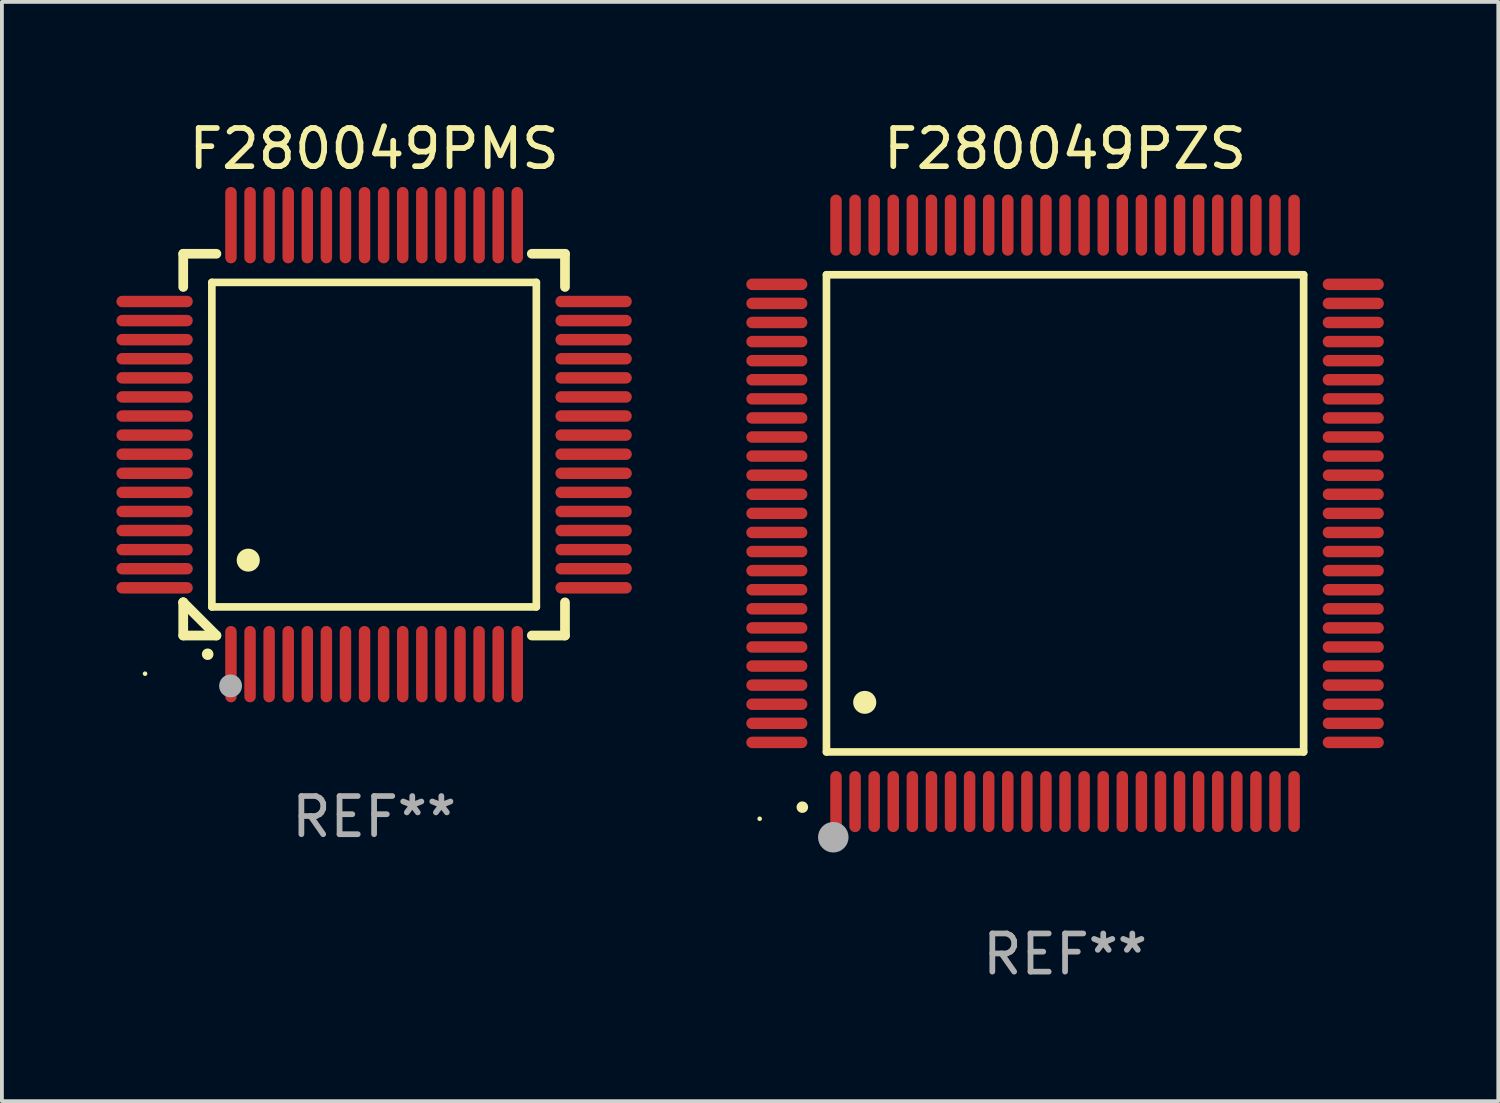
<source format=kicad_pcb>
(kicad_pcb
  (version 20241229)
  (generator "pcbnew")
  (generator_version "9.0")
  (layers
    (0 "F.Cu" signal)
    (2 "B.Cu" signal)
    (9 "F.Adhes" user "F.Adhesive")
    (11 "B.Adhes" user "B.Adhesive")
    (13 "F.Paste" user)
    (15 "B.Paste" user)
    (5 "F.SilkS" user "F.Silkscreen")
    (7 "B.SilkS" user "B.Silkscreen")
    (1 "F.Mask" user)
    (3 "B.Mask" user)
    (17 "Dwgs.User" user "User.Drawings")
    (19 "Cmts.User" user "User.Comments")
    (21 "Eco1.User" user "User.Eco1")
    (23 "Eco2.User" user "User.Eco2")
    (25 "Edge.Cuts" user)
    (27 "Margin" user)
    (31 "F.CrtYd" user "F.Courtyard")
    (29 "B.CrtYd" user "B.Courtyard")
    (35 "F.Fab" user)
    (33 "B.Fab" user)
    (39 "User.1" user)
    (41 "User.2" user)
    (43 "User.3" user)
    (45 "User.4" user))
  (footprint "F280049PZS"
    (layer "F.Cu")
    (at 24.85 10.398)
    (property "Reference" "F280049PZS" (at 0 -9.55 0) (layer "F.SilkS") (effects (font (size 1 1) (thickness 0.15))))
    (attr through_hole)
    (fp_line (start -6.25 -6.25) (end -6.25 6.25) (stroke (width 0.2) (type solid)) (layer "F.SilkS"))
    (fp_line (start -6.25 6.25) (end 6.25 6.25) (stroke (width 0.2) (type solid)) (layer "F.SilkS"))
    (fp_line (start 6.25 -6.25) (end -6.25 -6.25) (stroke (width 0.2) (type solid)) (layer "F.SilkS"))
    (fp_line (start 6.25 6.25) (end 6.25 -6.25) (stroke (width 0.2) (type solid)) (layer "F.SilkS"))
    (fp_arc (start -6.883414 7.696215) (mid -6.882144 7.69621) (end -6.880874 7.696215) (stroke (width 0.3) (type solid)) (layer "F.SilkS"))
    (fp_arc (start -5.250191 4.95047) (mid -5.247651 4.950459) (end -5.245111 4.95047) (stroke (width 0.6) (type solid)) (layer "F.SilkS"))
    (fp_circle (center -8 8) (end -7.97 8) (stroke (width 0.06) (type solid)) (fill no) (layer "F.SilkS"))
    (fp_circle (center -6.071 8.484) (end -5.871 8.484) (stroke (width 0.4) (type solid)) (fill no) (layer "F.Fab"))
    (fp_text user "REF**" (at 0 11.55 0) (layer "F.Fab") (effects (font (size 1 1) (thickness 0.15))))
    (pad "1" smd oval (at -6 7.55) (size 0.3 1.6) (layers "F.Cu" "F.Mask" "F.Paste"))
    (pad "2" smd oval (at -5.5 7.55) (size 0.3 1.6) (layers "F.Cu" "F.Mask" "F.Paste"))
    (pad "3" smd oval (at -5 7.55) (size 0.3 1.6) (layers "F.Cu" "F.Mask" "F.Paste"))
    (pad "4" smd oval (at -4.5 7.55) (size 0.3 1.6) (layers "F.Cu" "F.Mask" "F.Paste"))
    (pad "5" smd oval (at -4 7.55) (size 0.3 1.6) (layers "F.Cu" "F.Mask" "F.Paste"))
    (pad "6" smd oval (at -3.5 7.55) (size 0.3 1.6) (layers "F.Cu" "F.Mask" "F.Paste"))
    (pad "7" smd oval (at -3 7.55) (size 0.3 1.6) (layers "F.Cu" "F.Mask" "F.Paste"))
    (pad "8" smd oval (at -2.5 7.55) (size 0.3 1.6) (layers "F.Cu" "F.Mask" "F.Paste"))
    (pad "9" smd oval (at -2 7.55) (size 0.3 1.6) (layers "F.Cu" "F.Mask" "F.Paste"))
    (pad "10" smd oval (at -1.5 7.55) (size 0.3 1.6) (layers "F.Cu" "F.Mask" "F.Paste"))
    (pad "11" smd oval (at -1 7.55) (size 0.3 1.6) (layers "F.Cu" "F.Mask" "F.Paste"))
    (pad "12" smd oval (at -0.5 7.55) (size 0.3 1.6) (layers "F.Cu" "F.Mask" "F.Paste"))
    (pad "13" smd oval (at 0 7.55) (size 0.3 1.6) (layers "F.Cu" "F.Mask" "F.Paste"))
    (pad "14" smd oval (at 0.5 7.55) (size 0.3 1.6) (layers "F.Cu" "F.Mask" "F.Paste"))
    (pad "15" smd oval (at 1 7.55) (size 0.3 1.6) (layers "F.Cu" "F.Mask" "F.Paste"))
    (pad "16" smd oval (at 1.5 7.55) (size 0.3 1.6) (layers "F.Cu" "F.Mask" "F.Paste"))
    (pad "17" smd oval (at 2 7.55) (size 0.3 1.6) (layers "F.Cu" "F.Mask" "F.Paste"))
    (pad "18" smd oval (at 2.5 7.55) (size 0.3 1.6) (layers "F.Cu" "F.Mask" "F.Paste"))
    (pad "19" smd oval (at 3 7.55) (size 0.3 1.6) (layers "F.Cu" "F.Mask" "F.Paste"))
    (pad "20" smd oval (at 3.5 7.55) (size 0.3 1.6) (layers "F.Cu" "F.Mask" "F.Paste"))
    (pad "21" smd oval (at 4 7.55) (size 0.3 1.6) (layers "F.Cu" "F.Mask" "F.Paste"))
    (pad "22" smd oval (at 4.5 7.55) (size 0.3 1.6) (layers "F.Cu" "F.Mask" "F.Paste"))
    (pad "23" smd oval (at 5 7.55) (size 0.3 1.6) (layers "F.Cu" "F.Mask" "F.Paste"))
    (pad "24" smd oval (at 5.5 7.55) (size 0.3 1.6) (layers "F.Cu" "F.Mask" "F.Paste"))
    (pad "25" smd oval (at 6 7.55) (size 0.3 1.6) (layers "F.Cu" "F.Mask" "F.Paste"))
    (pad "26" smd oval (at 7.55 6) (size 1.6 0.3) (layers "F.Cu" "F.Mask" "F.Paste"))
    (pad "27" smd oval (at 7.55 5.5) (size 1.6 0.3) (layers "F.Cu" "F.Mask" "F.Paste"))
    (pad "28" smd oval (at 7.55 5) (size 1.6 0.3) (layers "F.Cu" "F.Mask" "F.Paste"))
    (pad "29" smd oval (at 7.55 4.5) (size 1.6 0.3) (layers "F.Cu" "F.Mask" "F.Paste"))
    (pad "30" smd oval (at 7.55 4) (size 1.6 0.3) (layers "F.Cu" "F.Mask" "F.Paste"))
    (pad "31" smd oval (at 7.55 3.5) (size 1.6 0.3) (layers "F.Cu" "F.Mask" "F.Paste"))
    (pad "32" smd oval (at 7.55 3) (size 1.6 0.3) (layers "F.Cu" "F.Mask" "F.Paste"))
    (pad "33" smd oval (at 7.55 2.5) (size 1.6 0.3) (layers "F.Cu" "F.Mask" "F.Paste"))
    (pad "34" smd oval (at 7.55 2) (size 1.6 0.3) (layers "F.Cu" "F.Mask" "F.Paste"))
    (pad "35" smd oval (at 7.55 1.5) (size 1.6 0.3) (layers "F.Cu" "F.Mask" "F.Paste"))
    (pad "36" smd oval (at 7.55 1) (size 1.6 0.3) (layers "F.Cu" "F.Mask" "F.Paste"))
    (pad "37" smd oval (at 7.55 0.5) (size 1.6 0.3) (layers "F.Cu" "F.Mask" "F.Paste"))
    (pad "38" smd oval (at 7.55 0) (size 1.6 0.3) (layers "F.Cu" "F.Mask" "F.Paste"))
    (pad "39" smd oval (at 7.55 -0.5) (size 1.6 0.3) (layers "F.Cu" "F.Mask" "F.Paste"))
    (pad "40" smd oval (at 7.55 -1) (size 1.6 0.3) (layers "F.Cu" "F.Mask" "F.Paste"))
    (pad "41" smd oval (at 7.55 -1.5) (size 1.6 0.3) (layers "F.Cu" "F.Mask" "F.Paste"))
    (pad "42" smd oval (at 7.55 -2) (size 1.6 0.3) (layers "F.Cu" "F.Mask" "F.Paste"))
    (pad "43" smd oval (at 7.55 -2.5) (size 1.6 0.3) (layers "F.Cu" "F.Mask" "F.Paste"))
    (pad "44" smd oval (at 7.55 -3) (size 1.6 0.3) (layers "F.Cu" "F.Mask" "F.Paste"))
    (pad "45" smd oval (at 7.55 -3.5) (size 1.6 0.3) (layers "F.Cu" "F.Mask" "F.Paste"))
    (pad "46" smd oval (at 7.55 -4) (size 1.6 0.3) (layers "F.Cu" "F.Mask" "F.Paste"))
    (pad "47" smd oval (at 7.55 -4.5) (size 1.6 0.3) (layers "F.Cu" "F.Mask" "F.Paste"))
    (pad "48" smd oval (at 7.55 -5) (size 1.6 0.3) (layers "F.Cu" "F.Mask" "F.Paste"))
    (pad "49" smd oval (at 7.55 -5.5) (size 1.6 0.3) (layers "F.Cu" "F.Mask" "F.Paste"))
    (pad "50" smd oval (at 7.55 -6) (size 1.6 0.3) (layers "F.Cu" "F.Mask" "F.Paste"))
    (pad "51" smd oval (at 6 -7.55) (size 0.3 1.6) (layers "F.Cu" "F.Mask" "F.Paste"))
    (pad "52" smd oval (at 5.5 -7.55) (size 0.3 1.6) (layers "F.Cu" "F.Mask" "F.Paste"))
    (pad "53" smd oval (at 5 -7.55) (size 0.3 1.6) (layers "F.Cu" "F.Mask" "F.Paste"))
    (pad "54" smd oval (at 4.5 -7.55) (size 0.3 1.6) (layers "F.Cu" "F.Mask" "F.Paste"))
    (pad "55" smd oval (at 4 -7.55) (size 0.3 1.6) (layers "F.Cu" "F.Mask" "F.Paste"))
    (pad "56" smd oval (at 3.5 -7.55) (size 0.3 1.6) (layers "F.Cu" "F.Mask" "F.Paste"))
    (pad "57" smd oval (at 3 -7.55) (size 0.3 1.6) (layers "F.Cu" "F.Mask" "F.Paste"))
    (pad "58" smd oval (at 2.5 -7.55) (size 0.3 1.6) (layers "F.Cu" "F.Mask" "F.Paste"))
    (pad "59" smd oval (at 2 -7.55) (size 0.3 1.6) (layers "F.Cu" "F.Mask" "F.Paste"))
    (pad "60" smd oval (at 1.5 -7.55) (size 0.3 1.6) (layers "F.Cu" "F.Mask" "F.Paste"))
    (pad "61" smd oval (at 1 -7.55) (size 0.3 1.6) (layers "F.Cu" "F.Mask" "F.Paste"))
    (pad "62" smd oval (at 0.5 -7.55) (size 0.3 1.6) (layers "F.Cu" "F.Mask" "F.Paste"))
    (pad "63" smd oval (at 0 -7.55) (size 0.3 1.6) (layers "F.Cu" "F.Mask" "F.Paste"))
    (pad "64" smd oval (at -0.5 -7.55) (size 0.3 1.6) (layers "F.Cu" "F.Mask" "F.Paste"))
    (pad "65" smd oval (at -1 -7.55) (size 0.3 1.6) (layers "F.Cu" "F.Mask" "F.Paste"))
    (pad "66" smd oval (at -1.5 -7.55) (size 0.3 1.6) (layers "F.Cu" "F.Mask" "F.Paste"))
    (pad "67" smd oval (at -2 -7.55) (size 0.3 1.6) (layers "F.Cu" "F.Mask" "F.Paste"))
    (pad "68" smd oval (at -2.5 -7.55) (size 0.3 1.6) (layers "F.Cu" "F.Mask" "F.Paste"))
    (pad "69" smd oval (at -3 -7.55) (size 0.3 1.6) (layers "F.Cu" "F.Mask" "F.Paste"))
    (pad "70" smd oval (at -3.5 -7.55) (size 0.3 1.6) (layers "F.Cu" "F.Mask" "F.Paste"))
    (pad "71" smd oval (at -4 -7.55) (size 0.3 1.6) (layers "F.Cu" "F.Mask" "F.Paste"))
    (pad "72" smd oval (at -4.5 -7.55) (size 0.3 1.6) (layers "F.Cu" "F.Mask" "F.Paste"))
    (pad "73" smd oval (at -5 -7.55) (size 0.3 1.6) (layers "F.Cu" "F.Mask" "F.Paste"))
    (pad "74" smd oval (at -5.5 -7.55) (size 0.3 1.6) (layers "F.Cu" "F.Mask" "F.Paste"))
    (pad "75" smd oval (at -6 -7.55) (size 0.3 1.6) (layers "F.Cu" "F.Mask" "F.Paste"))
    (pad "76" smd oval (at -7.55 -6) (size 1.6 0.3) (layers "F.Cu" "F.Mask" "F.Paste"))
    (pad "77" smd oval (at -7.55 -5.5) (size 1.6 0.3) (layers "F.Cu" "F.Mask" "F.Paste"))
    (pad "78" smd oval (at -7.55 -5) (size 1.6 0.3) (layers "F.Cu" "F.Mask" "F.Paste"))
    (pad "79" smd oval (at -7.55 -4.5) (size 1.6 0.3) (layers "F.Cu" "F.Mask" "F.Paste"))
    (pad "80" smd oval (at -7.55 -4) (size 1.6 0.3) (layers "F.Cu" "F.Mask" "F.Paste"))
    (pad "81" smd oval (at -7.55 -3.5) (size 1.6 0.3) (layers "F.Cu" "F.Mask" "F.Paste"))
    (pad "82" smd oval (at -7.55 -3) (size 1.6 0.3) (layers "F.Cu" "F.Mask" "F.Paste"))
    (pad "83" smd oval (at -7.55 -2.5) (size 1.6 0.3) (layers "F.Cu" "F.Mask" "F.Paste"))
    (pad "84" smd oval (at -7.55 -2) (size 1.6 0.3) (layers "F.Cu" "F.Mask" "F.Paste"))
    (pad "85" smd oval (at -7.55 -1.5) (size 1.6 0.3) (layers "F.Cu" "F.Mask" "F.Paste"))
    (pad "86" smd oval (at -7.55 -1) (size 1.6 0.3) (layers "F.Cu" "F.Mask" "F.Paste"))
    (pad "87" smd oval (at -7.55 -0.5) (size 1.6 0.3) (layers "F.Cu" "F.Mask" "F.Paste"))
    (pad "88" smd oval (at -7.55 0) (size 1.6 0.3) (layers "F.Cu" "F.Mask" "F.Paste"))
    (pad "89" smd oval (at -7.55 0.5) (size 1.6 0.3) (layers "F.Cu" "F.Mask" "F.Paste"))
    (pad "90" smd oval (at -7.55 1) (size 1.6 0.3) (layers "F.Cu" "F.Mask" "F.Paste"))
    (pad "91" smd oval (at -7.55 1.5) (size 1.6 0.3) (layers "F.Cu" "F.Mask" "F.Paste"))
    (pad "92" smd oval (at -7.55 2) (size 1.6 0.3) (layers "F.Cu" "F.Mask" "F.Paste"))
    (pad "93" smd oval (at -7.55 2.5) (size 1.6 0.3) (layers "F.Cu" "F.Mask" "F.Paste"))
    (pad "94" smd oval (at -7.55 3) (size 1.6 0.3) (layers "F.Cu" "F.Mask" "F.Paste"))
    (pad "95" smd oval (at -7.55 3.5) (size 1.6 0.3) (layers "F.Cu" "F.Mask" "F.Paste"))
    (pad "96" smd oval (at -7.55 4) (size 1.6 0.3) (layers "F.Cu" "F.Mask" "F.Paste"))
    (pad "97" smd oval (at -7.55 4.5) (size 1.6 0.3) (layers "F.Cu" "F.Mask" "F.Paste"))
    (pad "98" smd oval (at -7.55 5) (size 1.6 0.3) (layers "F.Cu" "F.Mask" "F.Paste"))
    (pad "99" smd oval (at -7.55 5.5) (size 1.6 0.3) (layers "F.Cu" "F.Mask" "F.Paste"))
    (pad "100" smd oval (at -7.55 6) (size 1.6 0.3) (layers "F.Cu" "F.Mask" "F.Paste")))
  (footprint "F280049PMS"
    (layer "F.Cu")
    (at 6.75 8.598)
    (property "Reference" "F280049PMS" (at 0 -7.75 0) (layer "F.SilkS") (effects (font (size 1 1) (thickness 0.15))))
    (attr through_hole)
    (fp_line (start -5 -5) (end -4.131 -5) (stroke (width 0.254) (type solid)) (layer "F.SilkS"))
    (fp_line (start -5 -4.131) (end -5 -5) (stroke (width 0.254) (type solid)) (layer "F.SilkS"))
    (fp_line (start -5 4.131) (end -5 4.131) (stroke (width 0.254) (type solid)) (layer "F.SilkS"))
    (fp_line (start -5 5) (end -5 4.131) (stroke (width 0.254) (type solid)) (layer "F.SilkS"))
    (fp_line (start -5 4.131) (end -4.131 5) (stroke (width 0.254) (type solid)) (layer "F.SilkS"))
    (fp_line (start -4.25 -4.25) (end -4.25 4.25) (stroke (width 0.2) (type solid)) (layer "F.SilkS"))
    (fp_line (start -4.25 4.25) (end 4.25 4.25) (stroke (width 0.2) (type solid)) (layer "F.SilkS"))
    (fp_line (start -4.131 5) (end -5 5) (stroke (width 0.254) (type solid)) (layer "F.SilkS"))
    (fp_line (start 4.25 -4.25) (end -4.25 -4.25) (stroke (width 0.2) (type solid)) (layer "F.SilkS"))
    (fp_line (start 4.25 4.25) (end 4.25 -4.25) (stroke (width 0.2) (type solid)) (layer "F.SilkS"))
    (fp_line (start 5 -5) (end 4.131 -5) (stroke (width 0.254) (type solid)) (layer "F.SilkS"))
    (fp_line (start 5 -5) (end 5 -4.131) (stroke (width 0.254) (type solid)) (layer "F.SilkS"))
    (fp_line (start 5 4.131) (end 5 5) (stroke (width 0.254) (type solid)) (layer "F.SilkS"))
    (fp_line (start 5 5) (end 4.131 5) (stroke (width 0.254) (type solid)) (layer "F.SilkS"))
    (fp_arc (start -4.361265 5.489992) (mid -4.359995 5.489987) (end -4.358725 5.489992) (stroke (width 0.3) (type solid)) (layer "F.SilkS"))
    (fp_arc (start -3.299467 3.025146) (mid -3.296927 3.025135) (end -3.294387 3.025146) (stroke (width 0.6) (type solid)) (layer "F.SilkS"))
    (fp_circle (center -6 6) (end -5.97 6) (stroke (width 0.06) (type solid)) (fill no) (layer "F.SilkS"))
    (fp_circle (center -3.76 6.32) (end -3.61 6.32) (stroke (width 0.3) (type solid)) (fill no) (layer "F.Fab"))
    (fp_text user "REF**" (at 0 9.75 0) (layer "F.Fab") (effects (font (size 1 1) (thickness 0.15))))
    (pad "1" smd oval (at -3.75 5.75) (size 0.3 2) (layers "F.Cu" "F.Mask" "F.Paste"))
    (pad "2" smd oval (at -3.25 5.75) (size 0.3 2) (layers "F.Cu" "F.Mask" "F.Paste"))
    (pad "3" smd oval (at -2.75 5.75) (size 0.3 2) (layers "F.Cu" "F.Mask" "F.Paste"))
    (pad "4" smd oval (at -2.25 5.75) (size 0.3 2) (layers "F.Cu" "F.Mask" "F.Paste"))
    (pad "5" smd oval (at -1.75 5.75) (size 0.3 2) (layers "F.Cu" "F.Mask" "F.Paste"))
    (pad "6" smd oval (at -1.25 5.75) (size 0.3 2) (layers "F.Cu" "F.Mask" "F.Paste"))
    (pad "7" smd oval (at -0.75 5.75) (size 0.3 2) (layers "F.Cu" "F.Mask" "F.Paste"))
    (pad "8" smd oval (at -0.25 5.75) (size 0.3 2) (layers "F.Cu" "F.Mask" "F.Paste"))
    (pad "9" smd oval (at 0.25 5.75) (size 0.3 2) (layers "F.Cu" "F.Mask" "F.Paste"))
    (pad "10" smd oval (at 0.75 5.75) (size 0.3 2) (layers "F.Cu" "F.Mask" "F.Paste"))
    (pad "11" smd oval (at 1.25 5.75) (size 0.3 2) (layers "F.Cu" "F.Mask" "F.Paste"))
    (pad "12" smd oval (at 1.75 5.75) (size 0.3 2) (layers "F.Cu" "F.Mask" "F.Paste"))
    (pad "13" smd oval (at 2.25 5.75) (size 0.3 2) (layers "F.Cu" "F.Mask" "F.Paste"))
    (pad "14" smd oval (at 2.75 5.75) (size 0.3 2) (layers "F.Cu" "F.Mask" "F.Paste"))
    (pad "15" smd oval (at 3.25 5.75) (size 0.3 2) (layers "F.Cu" "F.Mask" "F.Paste"))
    (pad "16" smd oval (at 3.75 5.75) (size 0.3 2) (layers "F.Cu" "F.Mask" "F.Paste"))
    (pad "17" smd oval (at 5.75 3.75) (size 2 0.3) (layers "F.Cu" "F.Mask" "F.Paste"))
    (pad "18" smd oval (at 5.75 3.25) (size 2 0.3) (layers "F.Cu" "F.Mask" "F.Paste"))
    (pad "19" smd oval (at 5.75 2.75) (size 2 0.3) (layers "F.Cu" "F.Mask" "F.Paste"))
    (pad "20" smd oval (at 5.75 2.25) (size 2 0.3) (layers "F.Cu" "F.Mask" "F.Paste"))
    (pad "21" smd oval (at 5.75 1.75) (size 2 0.3) (layers "F.Cu" "F.Mask" "F.Paste"))
    (pad "22" smd oval (at 5.75 1.25) (size 2 0.3) (layers "F.Cu" "F.Mask" "F.Paste"))
    (pad "23" smd oval (at 5.75 0.75) (size 2 0.3) (layers "F.Cu" "F.Mask" "F.Paste"))
    (pad "24" smd oval (at 5.75 0.25) (size 2 0.3) (layers "F.Cu" "F.Mask" "F.Paste"))
    (pad "25" smd oval (at 5.75 -0.25) (size 2 0.3) (layers "F.Cu" "F.Mask" "F.Paste"))
    (pad "26" smd oval (at 5.75 -0.75) (size 2 0.3) (layers "F.Cu" "F.Mask" "F.Paste"))
    (pad "27" smd oval (at 5.75 -1.25) (size 2 0.3) (layers "F.Cu" "F.Mask" "F.Paste"))
    (pad "28" smd oval (at 5.75 -1.75) (size 2 0.3) (layers "F.Cu" "F.Mask" "F.Paste"))
    (pad "29" smd oval (at 5.75 -2.25) (size 2 0.3) (layers "F.Cu" "F.Mask" "F.Paste"))
    (pad "30" smd oval (at 5.75 -2.75) (size 2 0.3) (layers "F.Cu" "F.Mask" "F.Paste"))
    (pad "31" smd oval (at 5.75 -3.25) (size 2 0.3) (layers "F.Cu" "F.Mask" "F.Paste"))
    (pad "32" smd oval (at 5.75 -3.75) (size 2 0.3) (layers "F.Cu" "F.Mask" "F.Paste"))
    (pad "33" smd oval (at 3.75 -5.75) (size 0.3 2) (layers "F.Cu" "F.Mask" "F.Paste"))
    (pad "34" smd oval (at 3.25 -5.75) (size 0.3 2) (layers "F.Cu" "F.Mask" "F.Paste"))
    (pad "35" smd oval (at 2.75 -5.75) (size 0.3 2) (layers "F.Cu" "F.Mask" "F.Paste"))
    (pad "36" smd oval (at 2.25 -5.75) (size 0.3 2) (layers "F.Cu" "F.Mask" "F.Paste"))
    (pad "37" smd oval (at 1.75 -5.75) (size 0.3 2) (layers "F.Cu" "F.Mask" "F.Paste"))
    (pad "38" smd oval (at 1.25 -5.75) (size 0.3 2) (layers "F.Cu" "F.Mask" "F.Paste"))
    (pad "39" smd oval (at 0.75 -5.75) (size 0.3 2) (layers "F.Cu" "F.Mask" "F.Paste"))
    (pad "40" smd oval (at 0.25 -5.75) (size 0.3 2) (layers "F.Cu" "F.Mask" "F.Paste"))
    (pad "41" smd oval (at -0.25 -5.75) (size 0.3 2) (layers "F.Cu" "F.Mask" "F.Paste"))
    (pad "42" smd oval (at -0.75 -5.75) (size 0.3 2) (layers "F.Cu" "F.Mask" "F.Paste"))
    (pad "43" smd oval (at -1.25 -5.75) (size 0.3 2) (layers "F.Cu" "F.Mask" "F.Paste"))
    (pad "44" smd oval (at -1.75 -5.75) (size 0.3 2) (layers "F.Cu" "F.Mask" "F.Paste"))
    (pad "45" smd oval (at -2.25 -5.75) (size 0.3 2) (layers "F.Cu" "F.Mask" "F.Paste"))
    (pad "46" smd oval (at -2.75 -5.75) (size 0.3 2) (layers "F.Cu" "F.Mask" "F.Paste"))
    (pad "47" smd oval (at -3.25 -5.75) (size 0.3 2) (layers "F.Cu" "F.Mask" "F.Paste"))
    (pad "48" smd oval (at -3.75 -5.75) (size 0.3 2) (layers "F.Cu" "F.Mask" "F.Paste"))
    (pad "49" smd oval (at -5.75 -3.75) (size 2 0.3) (layers "F.Cu" "F.Mask" "F.Paste"))
    (pad "50" smd oval (at -5.75 -3.25) (size 2 0.3) (layers "F.Cu" "F.Mask" "F.Paste"))
    (pad "51" smd oval (at -5.75 -2.75) (size 2 0.3) (layers "F.Cu" "F.Mask" "F.Paste"))
    (pad "52" smd oval (at -5.75 -2.25) (size 2 0.3) (layers "F.Cu" "F.Mask" "F.Paste"))
    (pad "53" smd oval (at -5.75 -1.75) (size 2 0.3) (layers "F.Cu" "F.Mask" "F.Paste"))
    (pad "54" smd oval (at -5.75 -1.25) (size 2 0.3) (layers "F.Cu" "F.Mask" "F.Paste"))
    (pad "55" smd oval (at -5.75 -0.75) (size 2 0.3) (layers "F.Cu" "F.Mask" "F.Paste"))
    (pad "56" smd oval (at -5.75 -0.25) (size 2 0.3) (layers "F.Cu" "F.Mask" "F.Paste"))
    (pad "57" smd oval (at -5.75 0.25) (size 2 0.3) (layers "F.Cu" "F.Mask" "F.Paste"))
    (pad "58" smd oval (at -5.75 0.75) (size 2 0.3) (layers "F.Cu" "F.Mask" "F.Paste"))
    (pad "59" smd oval (at -5.75 1.25) (size 2 0.3) (layers "F.Cu" "F.Mask" "F.Paste"))
    (pad "60" smd oval (at -5.75 1.75) (size 2 0.3) (layers "F.Cu" "F.Mask" "F.Paste"))
    (pad "61" smd oval (at -5.75 2.25) (size 2 0.3) (layers "F.Cu" "F.Mask" "F.Paste"))
    (pad "62" smd oval (at -5.75 2.75) (size 2 0.3) (layers "F.Cu" "F.Mask" "F.Paste"))
    (pad "63" smd oval (at -5.75 3.25) (size 2 0.3) (layers "F.Cu" "F.Mask" "F.Paste"))
    (pad "64" smd oval (at -5.75 3.75) (size 2 0.3) (layers "F.Cu" "F.Mask" "F.Paste")))
  (gr_rect
    (start -3 -3)
    (end 36.199 25.796)
    (stroke (width 0.1) (type default))
    (fill no)
    (layer "Edge.Cuts")))
</source>
